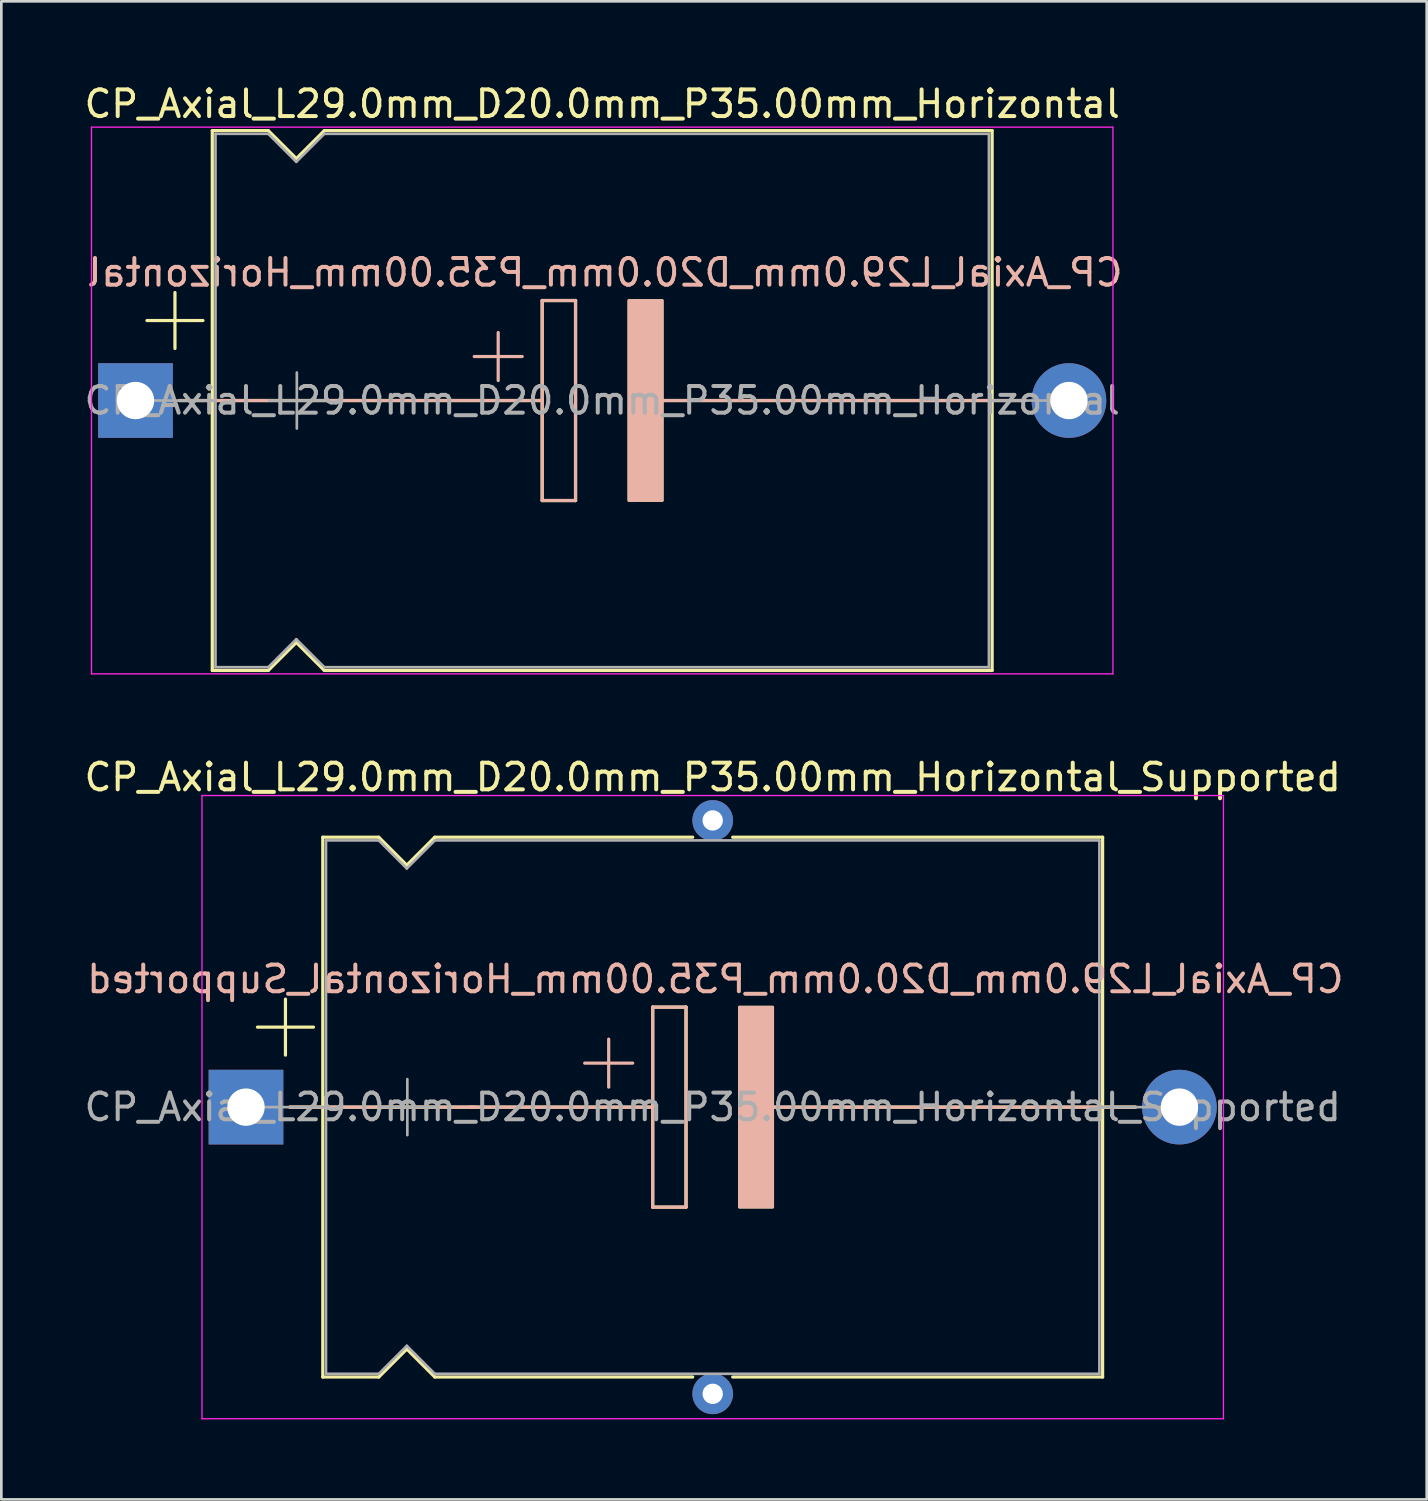
<source format=kicad_pcb>
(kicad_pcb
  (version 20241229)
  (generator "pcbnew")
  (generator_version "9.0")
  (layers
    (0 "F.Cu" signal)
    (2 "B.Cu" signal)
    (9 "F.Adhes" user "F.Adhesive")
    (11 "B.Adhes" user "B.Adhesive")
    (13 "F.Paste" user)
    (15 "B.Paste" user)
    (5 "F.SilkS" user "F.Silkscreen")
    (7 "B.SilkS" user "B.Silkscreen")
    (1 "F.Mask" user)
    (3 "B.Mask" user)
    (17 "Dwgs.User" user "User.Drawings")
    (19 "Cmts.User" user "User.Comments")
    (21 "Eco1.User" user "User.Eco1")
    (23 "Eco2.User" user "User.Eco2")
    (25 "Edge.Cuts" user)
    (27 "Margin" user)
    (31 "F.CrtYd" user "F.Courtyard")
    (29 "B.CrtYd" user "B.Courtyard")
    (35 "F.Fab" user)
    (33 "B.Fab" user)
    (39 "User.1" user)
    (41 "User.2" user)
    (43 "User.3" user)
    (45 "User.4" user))
  (footprint "CP_Axial_L29.0mm_D20.0mm_P35.00mm_Horizontal_Supported"
    (layer "F.Cu")
    (at 6.173 38.462)
    (property "Reference" "CP_Axial_L29.0mm_D20.0mm_P35.00mm_Horizontal_Supported" (at 17.5 -12.37 0) (layer "F.SilkS") (effects (font (size 1 1) (thickness 0.15))))
    (fp_line (start 0.43 -3) (end 2.53 -3) (stroke (width 0.12) (type solid)) (layer "F.SilkS"))
    (fp_line (start 1.48 -4.05) (end 1.48 -1.95) (stroke (width 0.12) (type solid)) (layer "F.SilkS"))
    (fp_line (start 1.64 0) (end 2.88 0) (stroke (width 0.12) (type solid)) (layer "F.SilkS"))
    (fp_line (start 2.88 -10.12) (end 2.88 10.12) (stroke (width 0.12) (type solid)) (layer "F.SilkS"))
    (fp_line (start 2.88 -10.12) (end 4.98 -10.12) (stroke (width 0.12) (type solid)) (layer "F.SilkS"))
    (fp_line (start 2.88 0) (end 15.25 0) (stroke (width 0.12) (type solid)) (layer "F.SilkS"))
    (fp_line (start 2.88 10.12) (end 4.98 10.12) (stroke (width 0.12) (type solid)) (layer "F.SilkS"))
    (fp_line (start 4.98 -10.12) (end 6.03 -9.07) (stroke (width 0.12) (type solid)) (layer "F.SilkS"))
    (fp_line (start 4.98 10.12) (end 6.03 9.07) (stroke (width 0.12) (type solid)) (layer "F.SilkS"))
    (fp_line (start 6.03 -9.07) (end 7.08 -10.12) (stroke (width 0.12) (type solid)) (layer "F.SilkS"))
    (fp_line (start 6.03 9.07) (end 7.08 10.12) (stroke (width 0.12) (type solid)) (layer "F.SilkS"))
    (fp_line (start 7.08 -10.12) (end 16.75 -10.12) (stroke (width 0.12) (type solid)) (layer "F.SilkS"))
    (fp_line (start 7.08 10.12) (end 16.75 10.12) (stroke (width 0.12) (type solid)) (layer "F.SilkS"))
    (fp_line (start 15.25 -3.75) (end 16.5 -3.75) (stroke (width 0.12) (type solid)) (layer "F.SilkS"))
    (fp_line (start 15.25 0) (end 15.25 -3.75) (stroke (width 0.12) (type solid)) (layer "F.SilkS"))
    (fp_line (start 15.25 3.75) (end 15.25 0) (stroke (width 0.12) (type solid)) (layer "F.SilkS"))
    (fp_line (start 16.5 -3.75) (end 16.5 3.75) (stroke (width 0.12) (type solid)) (layer "F.SilkS"))
    (fp_line (start 16.5 3.75) (end 15.25 3.75) (stroke (width 0.12) (type solid)) (layer "F.SilkS"))
    (fp_line (start 18.25 -10.12) (end 32.12 -10.12) (stroke (width 0.12) (type solid)) (layer "F.SilkS"))
    (fp_line (start 18.25 10.12) (end 32.12 10.12) (stroke (width 0.12) (type solid)) (layer "F.SilkS"))
    (fp_line (start 19.75 0) (end 32.12 0) (stroke (width 0.12) (type solid)) (layer "F.SilkS"))
    (fp_line (start 32.12 -10.12) (end 32.12 10.12) (stroke (width 0.12) (type solid)) (layer "F.SilkS"))
    (fp_line (start 33.36 0) (end 32.12 0) (stroke (width 0.12) (type solid)) (layer "F.SilkS"))
    (fp_poly (pts (xy 19.75 3.75) (xy 18.5 3.75) (xy 18.5 -3.75) (xy 19.75 -3.75)) (stroke (width 0.1) (type solid)) (fill yes) (layer "F.SilkS"))
    (fp_line (start 1.65 0) (end 8.58 0) (stroke (width 0.12) (type solid)) (layer "B.SilkS"))
    (fp_line (start 8.38 0) (end 15.25 0) (stroke (width 0.12) (type solid)) (layer "B.SilkS"))
    (fp_line (start 13.6 -2.55) (end 13.6 -0.75) (stroke (width 0.12) (type solid)) (layer "B.SilkS"))
    (fp_line (start 14.5 -1.65) (end 12.7 -1.65) (stroke (width 0.12) (type solid)) (layer "B.SilkS"))
    (fp_line (start 15.25 -3.75) (end 16.5 -3.75) (stroke (width 0.12) (type solid)) (layer "B.SilkS"))
    (fp_line (start 15.25 0) (end 15.25 -3.75) (stroke (width 0.12) (type solid)) (layer "B.SilkS"))
    (fp_line (start 15.25 3.75) (end 15.25 0) (stroke (width 0.12) (type solid)) (layer "B.SilkS"))
    (fp_line (start 16.5 -3.75) (end 16.5 3.75) (stroke (width 0.12) (type solid)) (layer "B.SilkS"))
    (fp_line (start 16.5 3.75) (end 15.25 3.75) (stroke (width 0.12) (type solid)) (layer "B.SilkS"))
    (fp_line (start 19.75 0) (end 26.62 0) (stroke (width 0.12) (type solid)) (layer "B.SilkS"))
    (fp_line (start 33.35 0) (end 26.62 0) (stroke (width 0.12) (type solid)) (layer "B.SilkS"))
    (fp_poly (pts (xy 19.75 3.75) (xy 18.5 3.75) (xy 18.5 -3.75) (xy 19.75 -3.75)) (stroke (width 0.1) (type solid)) (fill yes) (layer "B.SilkS"))
    (fp_line (start -1.65 -11.684) (end -1.65 11.684) (stroke (width 0.05) (type solid)) (layer "F.CrtYd"))
    (fp_line (start -1.65 11.684) (end 36.65 11.684) (stroke (width 0.05) (type solid)) (layer "F.CrtYd"))
    (fp_line (start 36.65 -11.684) (end -1.65 -11.684) (stroke (width 0.05) (type solid)) (layer "F.CrtYd"))
    (fp_line (start 36.65 11.684) (end 36.65 -11.684) (stroke (width 0.05) (type solid)) (layer "F.CrtYd"))
    (fp_line (start 0 0) (end 3 0) (stroke (width 0.1) (type solid)) (layer "F.Fab"))
    (fp_line (start 3 -10) (end 3 10) (stroke (width 0.1) (type solid)) (layer "F.Fab"))
    (fp_line (start 3 -10) (end 4.98 -10) (stroke (width 0.1) (type solid)) (layer "F.Fab"))
    (fp_line (start 3 10) (end 4.98 10) (stroke (width 0.1) (type solid)) (layer "F.Fab"))
    (fp_line (start 4.98 -10) (end 6.03 -8.95) (stroke (width 0.1) (type solid)) (layer "F.Fab"))
    (fp_line (start 4.98 10) (end 6.03 8.95) (stroke (width 0.1) (type solid)) (layer "F.Fab"))
    (fp_line (start 5 0) (end 7.1 0) (stroke (width 0.1) (type solid)) (layer "F.Fab"))
    (fp_line (start 6.03 -8.95) (end 7.08 -10) (stroke (width 0.1) (type solid)) (layer "F.Fab"))
    (fp_line (start 6.03 8.95) (end 7.08 10) (stroke (width 0.1) (type solid)) (layer "F.Fab"))
    (fp_line (start 6.05 -1.05) (end 6.05 1.05) (stroke (width 0.1) (type solid)) (layer "F.Fab"))
    (fp_line (start 7.08 -10) (end 32 -10) (stroke (width 0.1) (type solid)) (layer "F.Fab"))
    (fp_line (start 7.08 10) (end 32 10) (stroke (width 0.1) (type solid)) (layer "F.Fab"))
    (fp_line (start 32 -10) (end 32 10) (stroke (width 0.1) (type solid)) (layer "F.Fab"))
    (fp_line (start 35 0) (end 32 0) (stroke (width 0.1) (type solid)) (layer "F.Fab"))
    (fp_text user "${REFERENCE}" (at 17.6 -4.8 0) (layer "B.SilkS") (effects (font (size 1 1) (thickness 0.15)) (justify mirror)))
    (fp_text user "${REFERENCE}" (at 17.5 0 0) (layer "F.Fab") (effects (font (size 1 1) (thickness 0.15))))
    (pad "" thru_hole circle (at 17.5 -10.75) (size 1.524 1.524) (drill 0.762) (layers "*.Cu" "*.Mask"))
    (pad "" thru_hole circle (at 17.5 10.75) (size 1.524 1.524) (drill 0.762) (layers "*.Cu" "*.Mask"))
    (pad "1" thru_hole rect (at 0 0) (size 2.8 2.8) (drill 1.4) (layers "*.Cu" "*.Mask"))
    (pad "2" thru_hole oval (at 35 0) (size 2.8 2.8) (drill 1.4) (layers "*.Cu" "*.Mask")))
  (footprint "CP_Axial_L29.0mm_D20.0mm_P35.00mm_Horizontal"
    (layer "F.Cu")
    (at 2.03 11.968)
    (property "Reference" "CP_Axial_L29.0mm_D20.0mm_P35.00mm_Horizontal" (at 17.5 -11.12 0) (layer "F.SilkS") (effects (font (size 1 1) (thickness 0.15))))
    (fp_line (start 0.43 -3) (end 2.53 -3) (stroke (width 0.12) (type solid)) (layer "F.SilkS"))
    (fp_line (start 1.48 -4.05) (end 1.48 -1.95) (stroke (width 0.12) (type solid)) (layer "F.SilkS"))
    (fp_line (start 1.64 0) (end 2.88 0) (stroke (width 0.12) (type solid)) (layer "F.SilkS"))
    (fp_line (start 2.88 -10.12) (end 2.88 10.12) (stroke (width 0.12) (type solid)) (layer "F.SilkS"))
    (fp_line (start 2.88 -10.12) (end 4.98 -10.12) (stroke (width 0.12) (type solid)) (layer "F.SilkS"))
    (fp_line (start 2.88 0) (end 15.25 0) (stroke (width 0.12) (type solid)) (layer "F.SilkS"))
    (fp_line (start 2.88 10.12) (end 4.98 10.12) (stroke (width 0.12) (type solid)) (layer "F.SilkS"))
    (fp_line (start 4.98 -10.12) (end 6.03 -9.07) (stroke (width 0.12) (type solid)) (layer "F.SilkS"))
    (fp_line (start 4.98 10.12) (end 6.03 9.07) (stroke (width 0.12) (type solid)) (layer "F.SilkS"))
    (fp_line (start 6.03 -9.07) (end 7.08 -10.12) (stroke (width 0.12) (type solid)) (layer "F.SilkS"))
    (fp_line (start 6.03 9.07) (end 7.08 10.12) (stroke (width 0.12) (type solid)) (layer "F.SilkS"))
    (fp_line (start 7.08 -10.12) (end 32.12 -10.12) (stroke (width 0.12) (type solid)) (layer "F.SilkS"))
    (fp_line (start 7.08 10.12) (end 32.12 10.12) (stroke (width 0.12) (type solid)) (layer "F.SilkS"))
    (fp_line (start 15.25 -3.75) (end 16.5 -3.75) (stroke (width 0.12) (type solid)) (layer "F.SilkS"))
    (fp_line (start 15.25 0) (end 15.25 -3.75) (stroke (width 0.12) (type solid)) (layer "F.SilkS"))
    (fp_line (start 15.25 3.75) (end 15.25 0) (stroke (width 0.12) (type solid)) (layer "F.SilkS"))
    (fp_line (start 16.5 -3.75) (end 16.5 3.75) (stroke (width 0.12) (type solid)) (layer "F.SilkS"))
    (fp_line (start 16.5 3.75) (end 15.25 3.75) (stroke (width 0.12) (type solid)) (layer "F.SilkS"))
    (fp_line (start 19.75 0) (end 32.12 0) (stroke (width 0.12) (type solid)) (layer "F.SilkS"))
    (fp_line (start 32.12 -10.12) (end 32.12 10.12) (stroke (width 0.12) (type solid)) (layer "F.SilkS"))
    (fp_line (start 33.36 0) (end 32.12 0) (stroke (width 0.12) (type solid)) (layer "F.SilkS"))
    (fp_poly (pts (xy 19.75 3.75) (xy 18.5 3.75) (xy 18.5 -3.75) (xy 19.75 -3.75)) (stroke (width 0.1) (type solid)) (fill yes) (layer "F.SilkS"))
    (fp_line (start 1.65 0) (end 8.38 0) (stroke (width 0.12) (type solid)) (layer "B.SilkS"))
    (fp_line (start 8.38 0) (end 15.25 0) (stroke (width 0.12) (type solid)) (layer "B.SilkS"))
    (fp_line (start 13.6 -2.55) (end 13.6 -0.75) (stroke (width 0.12) (type solid)) (layer "B.SilkS"))
    (fp_line (start 14.5 -1.65) (end 12.7 -1.65) (stroke (width 0.12) (type solid)) (layer "B.SilkS"))
    (fp_line (start 15.25 -3.75) (end 16.5 -3.75) (stroke (width 0.12) (type solid)) (layer "B.SilkS"))
    (fp_line (start 15.25 0) (end 15.25 -3.75) (stroke (width 0.12) (type solid)) (layer "B.SilkS"))
    (fp_line (start 15.25 3.75) (end 15.25 0) (stroke (width 0.12) (type solid)) (layer "B.SilkS"))
    (fp_line (start 16.5 -3.75) (end 16.5 3.75) (stroke (width 0.12) (type solid)) (layer "B.SilkS"))
    (fp_line (start 16.5 3.75) (end 15.25 3.75) (stroke (width 0.12) (type solid)) (layer "B.SilkS"))
    (fp_line (start 19.75 0) (end 26.62 0) (stroke (width 0.12) (type solid)) (layer "B.SilkS"))
    (fp_line (start 33.35 0) (end 26.62 0) (stroke (width 0.12) (type solid)) (layer "B.SilkS"))
    (fp_poly (pts (xy 19.75 3.75) (xy 18.5 3.75) (xy 18.5 -3.75) (xy 19.75 -3.75)) (stroke (width 0.1) (type solid)) (fill yes) (layer "B.SilkS"))
    (fp_line (start -1.65 -10.25) (end -1.65 10.25) (stroke (width 0.05) (type solid)) (layer "F.CrtYd"))
    (fp_line (start -1.65 10.25) (end 36.65 10.25) (stroke (width 0.05) (type solid)) (layer "F.CrtYd"))
    (fp_line (start 36.65 -10.25) (end -1.65 -10.25) (stroke (width 0.05) (type solid)) (layer "F.CrtYd"))
    (fp_line (start 36.65 10.25) (end 36.65 -10.25) (stroke (width 0.05) (type solid)) (layer "F.CrtYd"))
    (fp_line (start 0 0) (end 3 0) (stroke (width 0.1) (type solid)) (layer "F.Fab"))
    (fp_line (start 3 -10) (end 3 10) (stroke (width 0.1) (type solid)) (layer "F.Fab"))
    (fp_line (start 3 -10) (end 4.98 -10) (stroke (width 0.1) (type solid)) (layer "F.Fab"))
    (fp_line (start 3 10) (end 4.98 10) (stroke (width 0.1) (type solid)) (layer "F.Fab"))
    (fp_line (start 4.98 -10) (end 6.03 -8.95) (stroke (width 0.1) (type solid)) (layer "F.Fab"))
    (fp_line (start 4.98 10) (end 6.03 8.95) (stroke (width 0.1) (type solid)) (layer "F.Fab"))
    (fp_line (start 5 0) (end 7.1 0) (stroke (width 0.1) (type solid)) (layer "F.Fab"))
    (fp_line (start 6.03 -8.95) (end 7.08 -10) (stroke (width 0.1) (type solid)) (layer "F.Fab"))
    (fp_line (start 6.03 8.95) (end 7.08 10) (stroke (width 0.1) (type solid)) (layer "F.Fab"))
    (fp_line (start 6.05 -1.05) (end 6.05 1.05) (stroke (width 0.1) (type solid)) (layer "F.Fab"))
    (fp_line (start 7.08 -10) (end 32 -10) (stroke (width 0.1) (type solid)) (layer "F.Fab"))
    (fp_line (start 7.08 10) (end 32 10) (stroke (width 0.1) (type solid)) (layer "F.Fab"))
    (fp_line (start 32 -10) (end 32 10) (stroke (width 0.1) (type solid)) (layer "F.Fab"))
    (fp_line (start 35 0) (end 32 0) (stroke (width 0.1) (type solid)) (layer "F.Fab"))
    (fp_text user "${REFERENCE}" (at 17.6 -4.8 0) (layer "B.SilkS") (effects (font (size 1 1) (thickness 0.15)) (justify mirror)))
    (fp_text user "${REFERENCE}" (at 17.5 0 0) (layer "F.Fab") (effects (font (size 1 1) (thickness 0.15))))
    (pad "1" thru_hole rect (at 0 0) (size 2.8 2.8) (drill 1.4) (layers "*.Cu" "*.Mask"))
    (pad "2" thru_hole oval (at 35 0) (size 2.8 2.8) (drill 1.4) (layers "*.Cu" "*.Mask")))
  (gr_rect
    (start -3 -3)
    (end 50.445 53.17)
    (stroke (width 0.1) (type default))
    (fill no)
    (layer "Edge.Cuts")))
</source>
